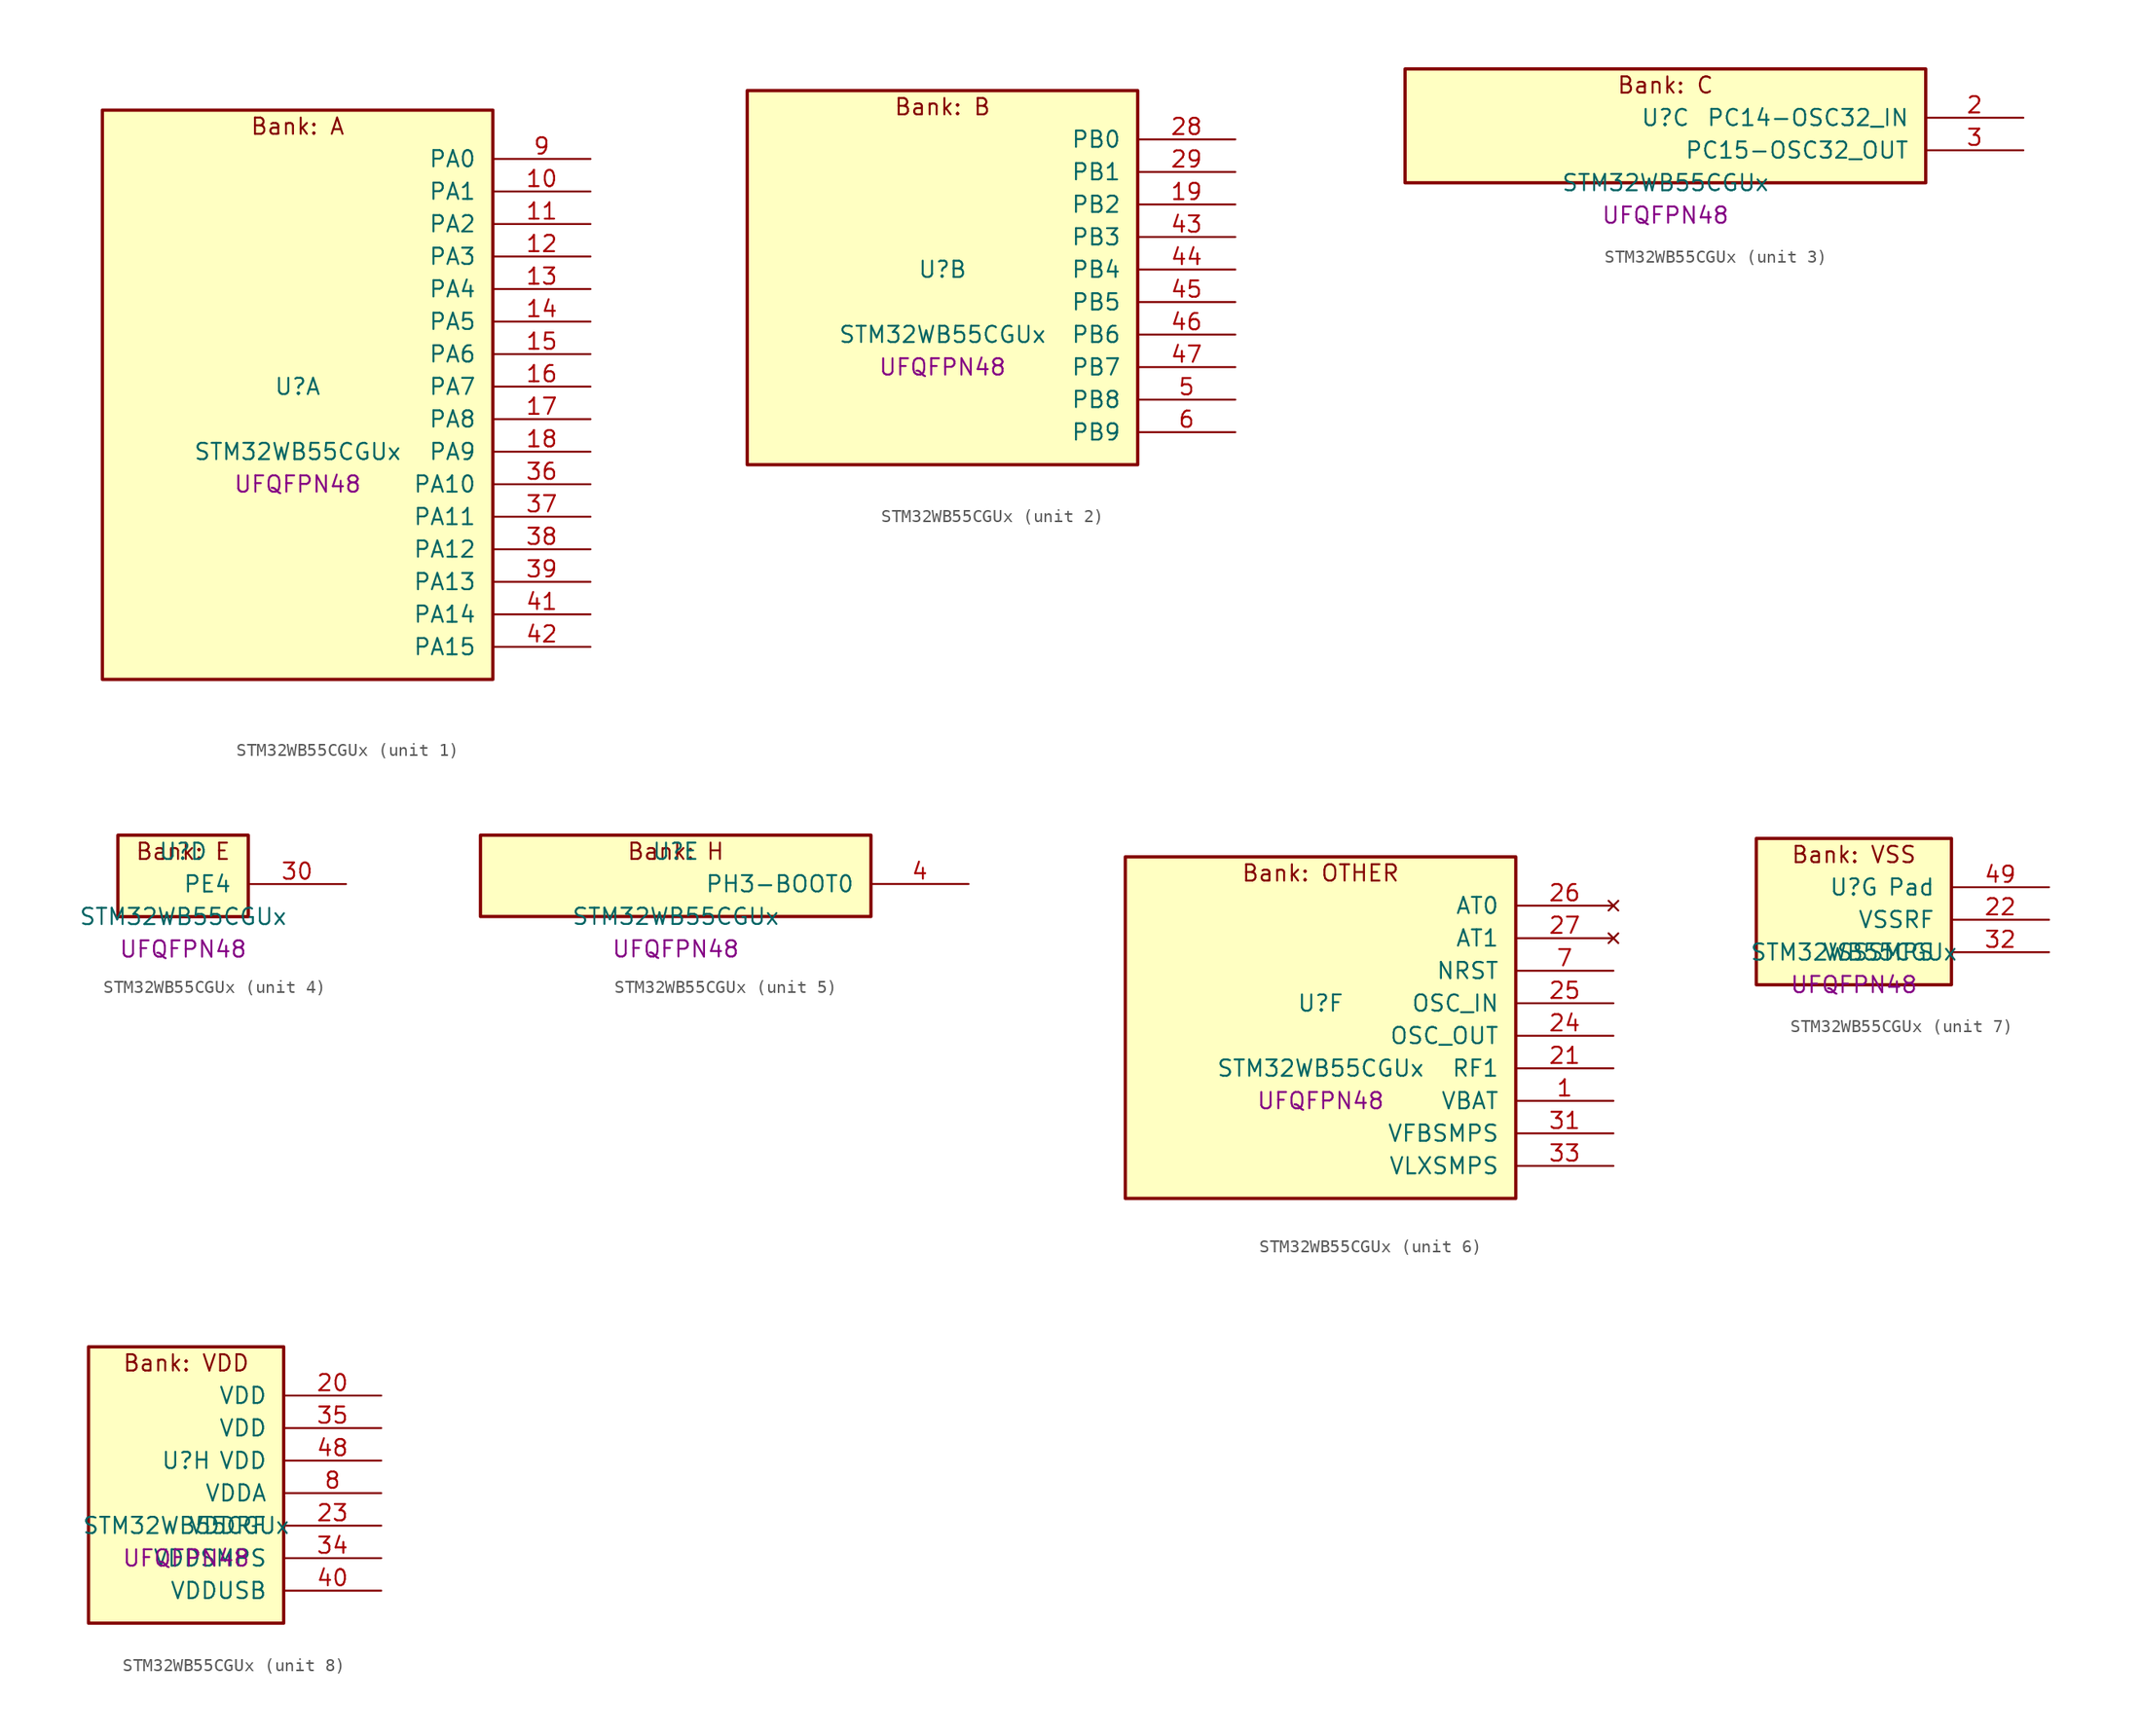
<source format=kicad_sym>
(kicad_symbol_lib
  (version 20241209)
  (generator "stm32_pkl_generator")
  (generator_version "1.0")
  (symbol "STM32WB55CGUx"
    (pin_names
      (offset 1.27))
    (property "Reference" "U"
      (at 0 2.54 0))
    (property "Value" "STM32WB55CGUx"
      (at 0 -2.54 0))
    (property "Footprint" "UFQFPN48"
      (at 0 -5.08 0))
    (symbol "STM32WB55CGUx_1_1"
      (rectangle (start -15.24 24.13) (end 15.24 -20.32) (stroke (width 0.254) (type solid)) (fill (type background)))
      (text "Bank: A" (at 0 22.86 0))
      (pin bidirectional line (at 22.86 20.32 180) (length 7.62) (name "PA0") (number "9") (alternate "PA0/ADC1_IN5" bidirectional line) (alternate "PA0/COMP1_INM" bidirectional line) (alternate "PA0/COMP1_OUT" bidirectional line) (alternate "PA0/RTC_TAMP2" bidirectional line) (alternate "PA0/SAI1_EXTCLK" bidirectional line) (alternate "PA0/SYS_WKUP1" bidirectional line) (alternate "PA0/TIM2_CH1" bidirectional line) (alternate "PA0/TIM2_ETR" bidirectional line))
      (pin bidirectional line (at 22.86 17.78 180) (length 7.62) (name "PA1") (number "10") (alternate "PA1/ADC1_IN6" bidirectional line) (alternate "PA1/COMP1_INP" bidirectional line) (alternate "PA1/I2C1_SMBA" bidirectional line) (alternate "PA1/LCD_SEG0" bidirectional line) (alternate "PA1/SPI1_SCK" bidirectional line) (alternate "PA1/TIM2_CH2" bidirectional line))
      (pin bidirectional line (at 22.86 15.24 180) (length 7.62) (name "PA2") (number "11") (alternate "PA2/ADC1_IN7" bidirectional line) (alternate "PA2/COMP2_INM" bidirectional line) (alternate "PA2/COMP2_OUT" bidirectional line) (alternate "PA2/LCD_SEG1" bidirectional line) (alternate "PA2/LPUART1_TX" bidirectional line) (alternate "PA2/QUADSPI_BK1_NCS" bidirectional line) (alternate "PA2/RCC_LSCO" bidirectional line) (alternate "PA2/SYS_WKUP4" bidirectional line) (alternate "PA2/TIM2_CH3" bidirectional line))
      (pin bidirectional line (at 22.86 12.7 180) (length 7.62) (name "PA3") (number "12") (alternate "PA3/ADC1_IN8" bidirectional line) (alternate "PA3/COMP2_INP" bidirectional line) (alternate "PA3/LCD_SEG2" bidirectional line) (alternate "PA3/LPUART1_RX" bidirectional line) (alternate "PA3/QUADSPI_CLK" bidirectional line) (alternate "PA3/SAI1_CK1" bidirectional line) (alternate "PA3/SAI1_MCLK_A" bidirectional line) (alternate "PA3/TIM2_CH4" bidirectional line))
      (pin bidirectional line (at 22.86 10.16 180) (length 7.62) (name "PA4") (number "13") (alternate "PA4/ADC1_IN9" bidirectional line) (alternate "PA4/COMP1_INM" bidirectional line) (alternate "PA4/COMP2_INM" bidirectional line) (alternate "PA4/LCD_SEG5" bidirectional line) (alternate "PA4/LPTIM2_OUT" bidirectional line) (alternate "PA4/SAI1_FS_B" bidirectional line) (alternate "PA4/SPI1_NSS" bidirectional line))
      (pin bidirectional line (at 22.86 7.62 180) (length 7.62) (name "PA5") (number "14") (alternate "PA5/ADC1_IN10" bidirectional line) (alternate "PA5/COMP1_INM" bidirectional line) (alternate "PA5/COMP2_INM" bidirectional line) (alternate "PA5/LPTIM2_ETR" bidirectional line) (alternate "PA5/SAI1_SD_B" bidirectional line) (alternate "PA5/SPI1_SCK" bidirectional line) (alternate "PA5/TIM2_CH1" bidirectional line) (alternate "PA5/TIM2_ETR" bidirectional line))
      (pin bidirectional line (at 22.86 5.08 180) (length 7.62) (name "PA6") (number "15") (alternate "PA6/ADC1_IN11" bidirectional line) (alternate "PA6/LCD_SEG3" bidirectional line) (alternate "PA6/LPUART1_CTS" bidirectional line) (alternate "PA6/QUADSPI_BK1_IO3" bidirectional line) (alternate "PA6/SPI1_MISO" bidirectional line) (alternate "PA6/TIM16_CH1" bidirectional line) (alternate "PA6/TIM1_BKIN" bidirectional line))
      (pin bidirectional line (at 22.86 2.54 180) (length 7.62) (name "PA7") (number "16") (alternate "PA7/ADC1_IN12" bidirectional line) (alternate "PA7/COMP2_OUT" bidirectional line) (alternate "PA7/I2C3_SCL" bidirectional line) (alternate "PA7/LCD_SEG4" bidirectional line) (alternate "PA7/QUADSPI_BK1_IO2" bidirectional line) (alternate "PA7/SPI1_MOSI" bidirectional line) (alternate "PA7/TIM17_CH1" bidirectional line) (alternate "PA7/TIM1_CH1N" bidirectional line))
      (pin bidirectional line (at 22.86 0 180) (length 7.62) (name "PA8") (number "17") (alternate "PA8/ADC1_IN15" bidirectional line) (alternate "PA8/LCD_COM0" bidirectional line) (alternate "PA8/LPTIM2_OUT" bidirectional line) (alternate "PA8/RCC_MCO" bidirectional line) (alternate "PA8/SAI1_CK2" bidirectional line) (alternate "PA8/SAI1_SCK_A" bidirectional line) (alternate "PA8/TIM1_CH1" bidirectional line) (alternate "PA8/USART1_CK" bidirectional line))
      (pin bidirectional line (at 22.86 -2.54 180) (length 7.62) (name "PA9") (number "18") (alternate "PA9/ADC1_IN16" bidirectional line) (alternate "PA9/COMP1_INM" bidirectional line) (alternate "PA9/I2C1_SCL" bidirectional line) (alternate "PA9/LCD_COM1" bidirectional line) (alternate "PA9/SAI1_D2" bidirectional line) (alternate "PA9/SAI1_FS_A" bidirectional line) (alternate "PA9/TIM1_CH2" bidirectional line) (alternate "PA9/USART1_TX" bidirectional line))
      (pin bidirectional line (at 22.86 -5.08 180) (length 7.62) (name "PA10") (number "36") (alternate "PA10/CRS_SYNC" bidirectional line) (alternate "PA10/I2C1_SDA" bidirectional line) (alternate "PA10/LCD_COM2" bidirectional line) (alternate "PA10/SAI1_D1" bidirectional line) (alternate "PA10/SAI1_SD_A" bidirectional line) (alternate "PA10/TIM17_BKIN" bidirectional line) (alternate "PA10/TIM1_CH3" bidirectional line) (alternate "PA10/USART1_RX" bidirectional line))
      (pin bidirectional line (at 22.86 -7.62 180) (length 7.62) (name "PA11") (number "37") (alternate "PA11/ADC1_EXTI11" bidirectional line) (alternate "PA11/SPI1_MISO" bidirectional line) (alternate "PA11/TIM1_BKIN2" bidirectional line) (alternate "PA11/TIM1_CH4" bidirectional line) (alternate "PA11/USART1_CTS" bidirectional line) (alternate "PA11/USART1_NSS" bidirectional line) (alternate "PA11/USB_DM" bidirectional line))
      (pin bidirectional line (at 22.86 -10.16 180) (length 7.62) (name "PA12") (number "38") (alternate "PA12/LPUART1_RX" bidirectional line) (alternate "PA12/SPI1_MOSI" bidirectional line) (alternate "PA12/TIM1_ETR" bidirectional line) (alternate "PA12/USART1_DE" bidirectional line) (alternate "PA12/USART1_RTS" bidirectional line) (alternate "PA12/USB_DP" bidirectional line))
      (pin bidirectional line (at 22.86 -12.7 180) (length 7.62) (name "PA13") (number "39") (alternate "PA13/IR_OUT" bidirectional line) (alternate "PA13/SAI1_SD_B" bidirectional line) (alternate "PA13/SYS_JTMS-SWDIO" bidirectional line) (alternate "PA13/USB_NOE" bidirectional line))
      (pin bidirectional line (at 22.86 -15.24 180) (length 7.62) (name "PA14") (number "41") (alternate "PA14/I2C1_SMBA" bidirectional line) (alternate "PA14/LCD_SEG5" bidirectional line) (alternate "PA14/LPTIM1_OUT" bidirectional line) (alternate "PA14/SAI1_FS_B" bidirectional line) (alternate "PA14/SYS_JTCK-SWCLK" bidirectional line))
      (pin bidirectional line (at 22.86 -17.78 180) (length 7.62) (name "PA15") (number "42") (alternate "PA15/ADC1_EXTI15" bidirectional line) (alternate "PA15/LCD_SEG17" bidirectional line) (alternate "PA15/RCC_MCO" bidirectional line) (alternate "PA15/SPI1_NSS" bidirectional line) (alternate "PA15/SYS_JTDI" bidirectional line) (alternate "PA15/TIM2_CH1" bidirectional line) (alternate "PA15/TIM2_ETR" bidirectional line)))
    (symbol "STM32WB55CGUx_2_1"
      (rectangle (start -15.24 16.51) (end 15.24 -12.7) (stroke (width 0.254) (type solid)) (fill (type background)))
      (text "Bank: B" (at 0 15.24 0))
      (pin bidirectional line (at 22.86 12.7 180) (length 7.62) (name "PB0") (number "28") (alternate "PB0/COMP1_OUT" bidirectional line) (alternate "PB0/RF_TX_MOD_EXT_PA" bidirectional line))
      (pin bidirectional line (at 22.86 10.16 180) (length 7.62) (name "PB1") (number "29") (alternate "PB1/LPTIM2_IN1" bidirectional line) (alternate "PB1/LPUART1_DE" bidirectional line) (alternate "PB1/LPUART1_RTS" bidirectional line))
      (pin bidirectional line (at 22.86 7.62 180) (length 7.62) (name "PB2") (number "19") (alternate "PB2/COMP1_INP" bidirectional line) (alternate "PB2/I2C3_SMBA" bidirectional line) (alternate "PB2/LCD_VLCD" bidirectional line) (alternate "PB2/LPTIM1_OUT" bidirectional line) (alternate "PB2/RTC_OUT2" bidirectional line) (alternate "PB2/SAI1_EXTCLK" bidirectional line) (alternate "PB2/SPI1_NSS" bidirectional line))
      (pin bidirectional line (at 22.86 5.08 180) (length 7.62) (name "PB3") (number "43") (alternate "PB3/COMP2_INM" bidirectional line) (alternate "PB3/LCD_SEG7" bidirectional line) (alternate "PB3/SAI1_SCK_B" bidirectional line) (alternate "PB3/SPI1_SCK" bidirectional line) (alternate "PB3/SYS_JTDO-SWO" bidirectional line) (alternate "PB3/TIM2_CH2" bidirectional line) (alternate "PB3/USART1_DE" bidirectional line) (alternate "PB3/USART1_RTS" bidirectional line))
      (pin bidirectional line (at 22.86 2.54 180) (length 7.62) (name "PB4") (number "44") (alternate "PB4/COMP2_INP" bidirectional line) (alternate "PB4/I2C3_SDA" bidirectional line) (alternate "PB4/LCD_SEG8" bidirectional line) (alternate "PB4/SAI1_MCLK_B" bidirectional line) (alternate "PB4/SPI1_MISO" bidirectional line) (alternate "PB4/SYS_JTRST" bidirectional line) (alternate "PB4/TIM17_BKIN" bidirectional line) (alternate "PB4/USART1_CTS" bidirectional line) (alternate "PB4/USART1_NSS" bidirectional line))
      (pin bidirectional line (at 22.86 0 180) (length 7.62) (name "PB5") (number "45") (alternate "PB5/COMP2_OUT" bidirectional line) (alternate "PB5/I2C1_SMBA" bidirectional line) (alternate "PB5/LCD_SEG9" bidirectional line) (alternate "PB5/LPTIM1_IN1" bidirectional line) (alternate "PB5/LPUART1_TX" bidirectional line) (alternate "PB5/SAI1_SD_B" bidirectional line) (alternate "PB5/SPI1_MOSI" bidirectional line) (alternate "PB5/TIM16_BKIN" bidirectional line) (alternate "PB5/USART1_CK" bidirectional line))
      (pin bidirectional line (at 22.86 -2.54 180) (length 7.62) (name "PB6") (number "46") (alternate "PB6/COMP2_INP" bidirectional line) (alternate "PB6/I2C1_SCL" bidirectional line) (alternate "PB6/LCD_SEG6" bidirectional line) (alternate "PB6/LPTIM1_ETR" bidirectional line) (alternate "PB6/RCC_MCO" bidirectional line) (alternate "PB6/SAI1_FS_B" bidirectional line) (alternate "PB6/TIM16_CH1N" bidirectional line) (alternate "PB6/USART1_TX" bidirectional line))
      (pin bidirectional line (at 22.86 -5.08 180) (length 7.62) (name "PB7") (number "47") (alternate "PB7/COMP2_INM" bidirectional line) (alternate "PB7/I2C1_SDA" bidirectional line) (alternate "PB7/LCD_SEG21" bidirectional line) (alternate "PB7/LPTIM1_IN2" bidirectional line) (alternate "PB7/SYS_PVD_IN" bidirectional line) (alternate "PB7/TIM17_CH1N" bidirectional line) (alternate "PB7/TIM1_BKIN" bidirectional line) (alternate "PB7/USART1_RX" bidirectional line))
      (pin bidirectional line (at 22.86 -7.62 180) (length 7.62) (name "PB8") (number "5") (alternate "PB8/I2C1_SCL" bidirectional line) (alternate "PB8/LCD_SEG16" bidirectional line) (alternate "PB8/QUADSPI_BK1_IO1" bidirectional line) (alternate "PB8/SAI1_CK1" bidirectional line) (alternate "PB8/SAI1_MCLK_A" bidirectional line) (alternate "PB8/TIM16_CH1" bidirectional line) (alternate "PB8/TIM1_CH2N" bidirectional line))
      (pin bidirectional line (at 22.86 -10.16 180) (length 7.62) (name "PB9") (number "6") (alternate "PB9/I2C1_SDA" bidirectional line) (alternate "PB9/IR_OUT" bidirectional line) (alternate "PB9/LCD_COM3" bidirectional line) (alternate "PB9/QUADSPI_BK1_IO0" bidirectional line) (alternate "PB9/SAI1_D2" bidirectional line) (alternate "PB9/SAI1_FS_A" bidirectional line) (alternate "PB9/TIM17_CH1" bidirectional line) (alternate "PB9/TIM1_CH3N" bidirectional line)))
    (symbol "STM32WB55CGUx_3_1"
      (rectangle (start -20.32 6.35) (end 20.32 -2.54) (stroke (width 0.254) (type solid)) (fill (type background)))
      (text "Bank: C" (at 0 5.08 0))
      (pin bidirectional line (at 27.94 2.54 180) (length 7.62) (name "PC14-OSC32_IN") (number "2") (alternate "PC14-OSC32_IN/RCC_OSC32_IN" bidirectional line))
      (pin bidirectional line (at 27.94 0 180) (length 7.62) (name "PC15-OSC32_OUT") (number "3") (alternate "PC15-OSC32_OUT/ADC1_EXTI15" bidirectional line) (alternate "PC15-OSC32_OUT/RCC_OSC32_OUT" bidirectional line)))
    (symbol "STM32WB55CGUx_4_1"
      (rectangle (start -5.08 3.81) (end 5.08 -2.54) (stroke (width 0.254) (type solid)) (fill (type background)))
      (text "Bank: E" (at 0 2.54 0))
      (pin bidirectional line (at 12.7 0 180) (length 7.62) (name "PE4") (number "30")))
    (symbol "STM32WB55CGUx_5_1"
      (rectangle (start -15.24 3.81) (end 15.24 -2.54) (stroke (width 0.254) (type solid)) (fill (type background)))
      (text "Bank: H" (at 0 2.54 0))
      (pin bidirectional line (at 22.86 0 180) (length 7.62) (name "PH3-BOOT0") (number "4") (alternate "PH3-BOOT0/RCC_LSCO" bidirectional line)))
    (symbol "STM32WB55CGUx_6_1"
      (rectangle (start -15.24 13.97) (end 15.24 -12.7) (stroke (width 0.254) (type solid)) (fill (type background)))
      (text "Bank: OTHER" (at 0 12.7 0))
      (pin no_connect line (at 22.86 10.16 180) (length 7.62) (name "AT0") (number "26"))
      (pin no_connect line (at 22.86 7.62 180) (length 7.62) (name "AT1") (number "27"))
      (pin input line (at 22.86 5.08 180) (length 7.62) (name "NRST") (number "7"))
      (pin bidirectional line (at 22.86 2.54 180) (length 7.62) (name "OSC_IN") (number "25") (alternate "OSC_IN/RCC_OSC_IN" bidirectional line))
      (pin bidirectional line (at 22.86 0 180) (length 7.62) (name "OSC_OUT") (number "24") (alternate "OSC_OUT/RCC_OSC_OUT" bidirectional line))
      (pin bidirectional line (at 22.86 -2.54 180) (length 7.62) (name "RF1") (number "21") (alternate "RF1/RF_RF1" bidirectional line))
      (pin power_in line (at 22.86 -5.08 180) (length 7.62) (name "VBAT") (number "1"))
      (pin power_in line (at 22.86 -7.62 180) (length 7.62) (name "VFBSMPS") (number "31"))
      (pin power_in line (at 22.86 -10.16 180) (length 7.62) (name "VLXSMPS") (number "33")))
    (symbol "STM32WB55CGUx_7_1"
      (rectangle (start -7.62 6.35) (end 7.62 -5.08) (stroke (width 0.254) (type solid)) (fill (type background)))
      (text "Bank: VSS" (at 0 5.08 0))
      (pin passive line (at 15.24 2.54 180) (length 7.62) (name "Pad") (number "49"))
      (pin power_in line (at 15.24 0 180) (length 7.62) (name "VSSRF") (number "22"))
      (pin power_in line (at 15.24 -2.54 180) (length 7.62) (name "VSSSMPS") (number "32")))
    (symbol "STM32WB55CGUx_8_1"
      (rectangle (start -7.62 11.43) (end 7.62 -10.16) (stroke (width 0.254) (type solid)) (fill (type background)))
      (text "Bank: VDD" (at 0 10.16 0))
      (pin power_in line (at 15.24 7.62 180) (length 7.62) (name "VDD") (number "20"))
      (pin power_in line (at 15.24 5.08 180) (length 7.62) (name "VDD") (number "35"))
      (pin power_in line (at 15.24 2.54 180) (length 7.62) (name "VDD") (number "48"))
      (pin power_in line (at 15.24 0 180) (length 7.62) (name "VDDA") (number "8"))
      (pin power_in line (at 15.24 -2.54 180) (length 7.62) (name "VDDRF") (number "23"))
      (pin power_in line (at 15.24 -5.08 180) (length 7.62) (name "VDDSMPS") (number "34"))
      (pin power_in line (at 15.24 -7.62 180) (length 7.62) (name "VDDUSB") (number "40")))))
</source>
